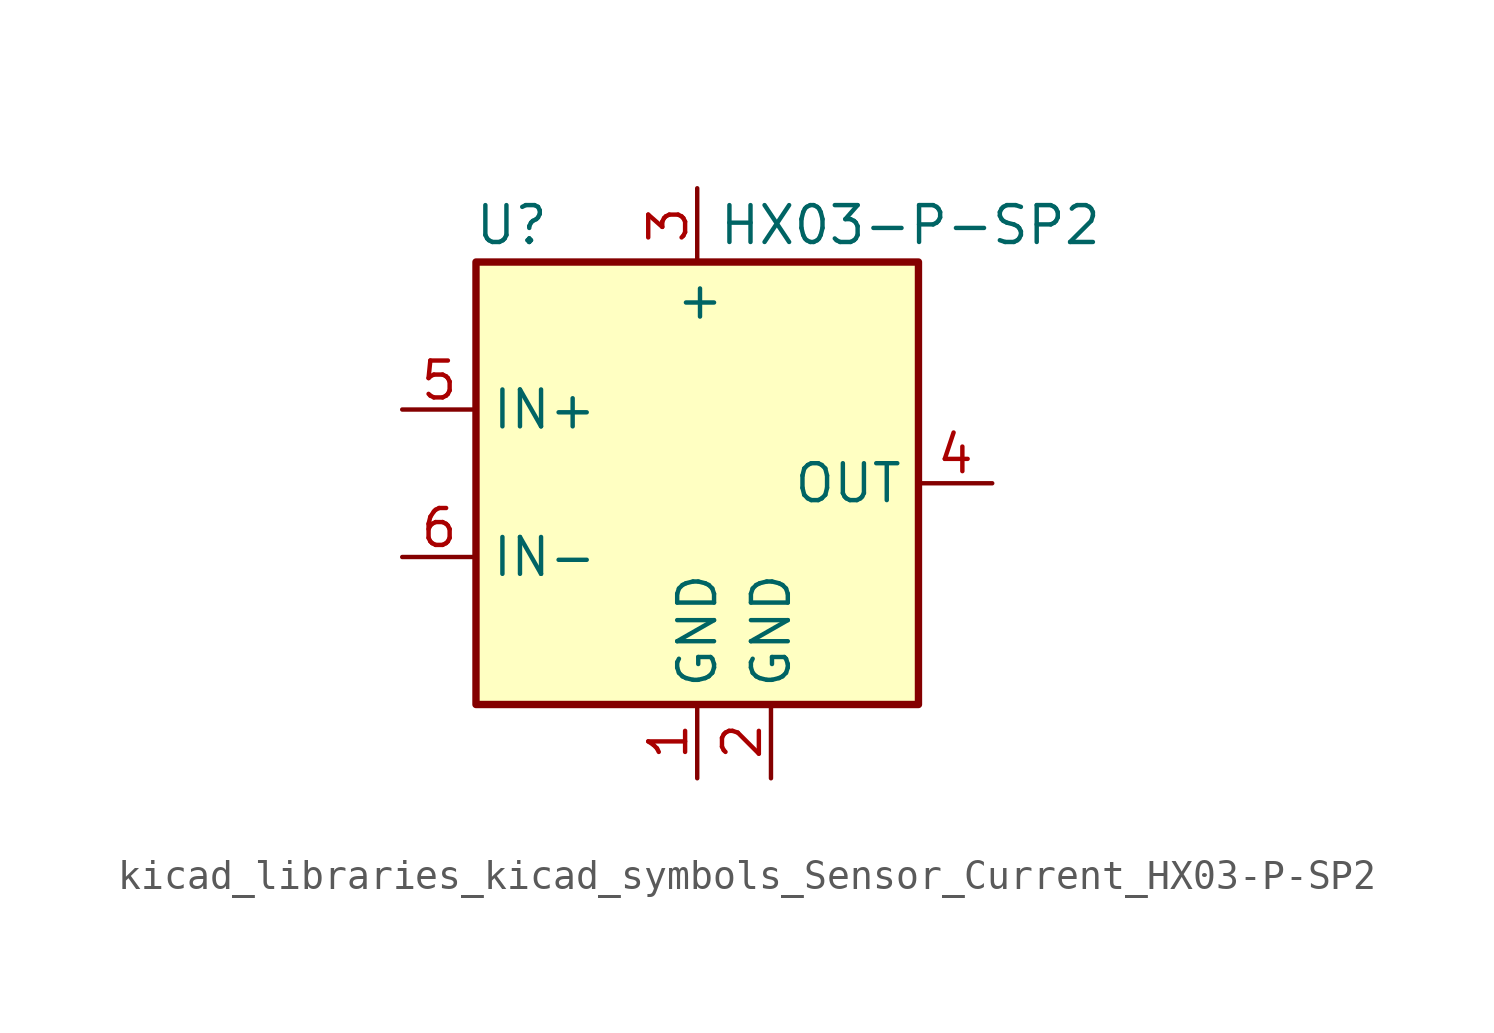
<source format=kicad_sym>
(kicad_symbol_lib
  (version 20220914)
  (generator kicad_symbol_editor)
  (symbol "kicad_libraries_kicad_symbols_Sensor_Current_HX03-P-SP2"
    (property "Reference" "U"
      (at -5.08 8.89 0)
      (effects (font (size 1.27 1.27)) (justify right)))
    (property "Value" "HX03-P-SP2"
      (at 13.97 8.89 0)
      (effects (font (size 1.27 1.27)) (justify right)))
    (symbol "kicad_libraries_kicad_symbols_Sensor_Current_HX03-P-SP2_0_1"
      (rectangle (start -7.62 7.62) (end 7.62 -7.62) (stroke (width 0.254) (type default)) (fill (type background))))
    (symbol "kicad_libraries_kicad_symbols_Sensor_Current_HX03-P-SP2_1_1"
      (pin power_in line (at 0 -10.16 90) (length 2.54) (name "GND" (effects (font (size 1.27 1.27)))) (number "1" (effects (font (size 1.27 1.27)))))
      (pin power_in line (at 2.54 -10.16 90) (length 2.54) (name "GND" (effects (font (size 1.27 1.27)))) (number "2" (effects (font (size 1.27 1.27)))))
      (pin power_in line (at 0 10.16 270) (length 2.54) (name "+" (effects (font (size 1.27 1.27)))) (number "3" (effects (font (size 1.27 1.27)))))
      (pin output line (at 10.16 0 180) (length 2.54) (name "OUT" (effects (font (size 1.27 1.27)))) (number "4" (effects (font (size 1.27 1.27)))))
      (pin passive line (at -10.16 2.54 0) (length 2.54) (name "IN+" (effects (font (size 1.27 1.27)))) (number "5" (effects (font (size 1.27 1.27)))))
      (pin passive line (at -10.16 -2.54 0) (length 2.54) (name "IN-" (effects (font (size 1.27 1.27)))) (number "6" (effects (font (size 1.27 1.27))))))))
</source>
